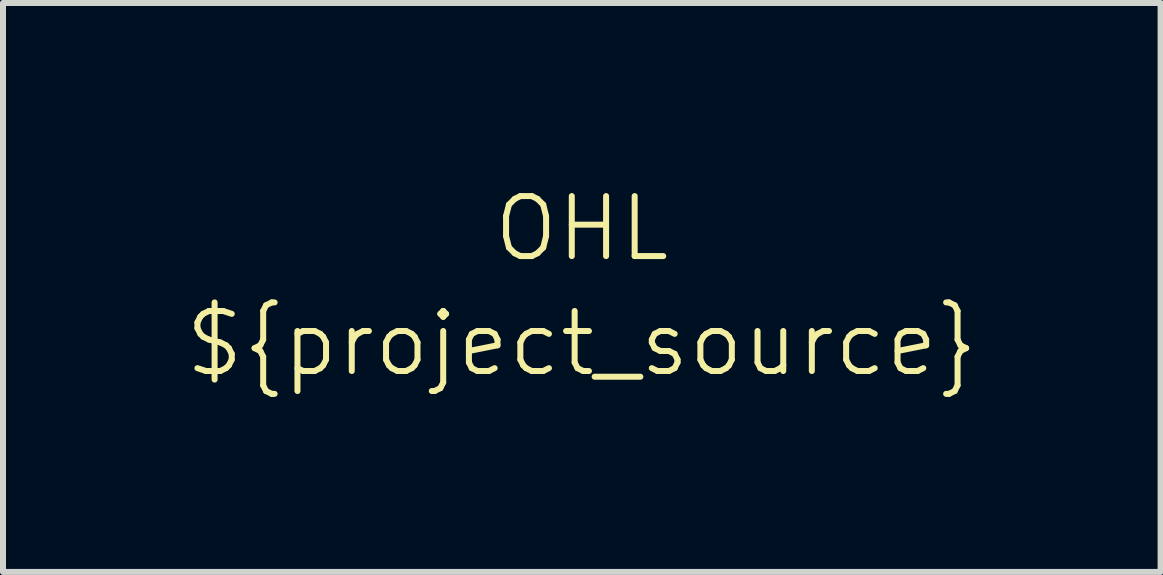
<source format=kicad_pcb>
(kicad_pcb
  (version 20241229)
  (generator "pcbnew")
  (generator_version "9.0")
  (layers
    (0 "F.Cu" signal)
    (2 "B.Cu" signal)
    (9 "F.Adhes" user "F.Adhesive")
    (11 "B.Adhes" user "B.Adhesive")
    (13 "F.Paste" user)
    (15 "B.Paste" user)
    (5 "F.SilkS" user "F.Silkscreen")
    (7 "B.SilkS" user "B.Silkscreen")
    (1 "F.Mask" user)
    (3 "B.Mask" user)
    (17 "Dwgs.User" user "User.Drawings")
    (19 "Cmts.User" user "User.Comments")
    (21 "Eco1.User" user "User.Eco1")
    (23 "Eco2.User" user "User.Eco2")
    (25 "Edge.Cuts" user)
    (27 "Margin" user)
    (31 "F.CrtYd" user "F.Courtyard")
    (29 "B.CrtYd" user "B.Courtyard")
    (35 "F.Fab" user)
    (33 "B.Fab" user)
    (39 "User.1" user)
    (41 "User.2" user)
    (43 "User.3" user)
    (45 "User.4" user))
  (footprint "OHL"
    (layer "F.Cu")
    (at 6.645 1.26)
    (property "Reference" "OHL" (at 0 -0.5 0) (unlocked yes) (layer "F.SilkS") (effects (font (size 1 1) (thickness 0.1))))
    (attr board_only exclude_from_pos_files exclude_from_bom)
    (fp_text user "${project_source}" (at 0 2 0) (unlocked yes) (layer "F.SilkS") (effects (font (size 1 1) (thickness 0.1)) (justify bottom))))
  (gr_rect
    (start -3 -3)
    (end 16.29 6.481)
    (stroke (width 0.1) (type default))
    (fill no)
    (layer "Edge.Cuts")))
</source>
